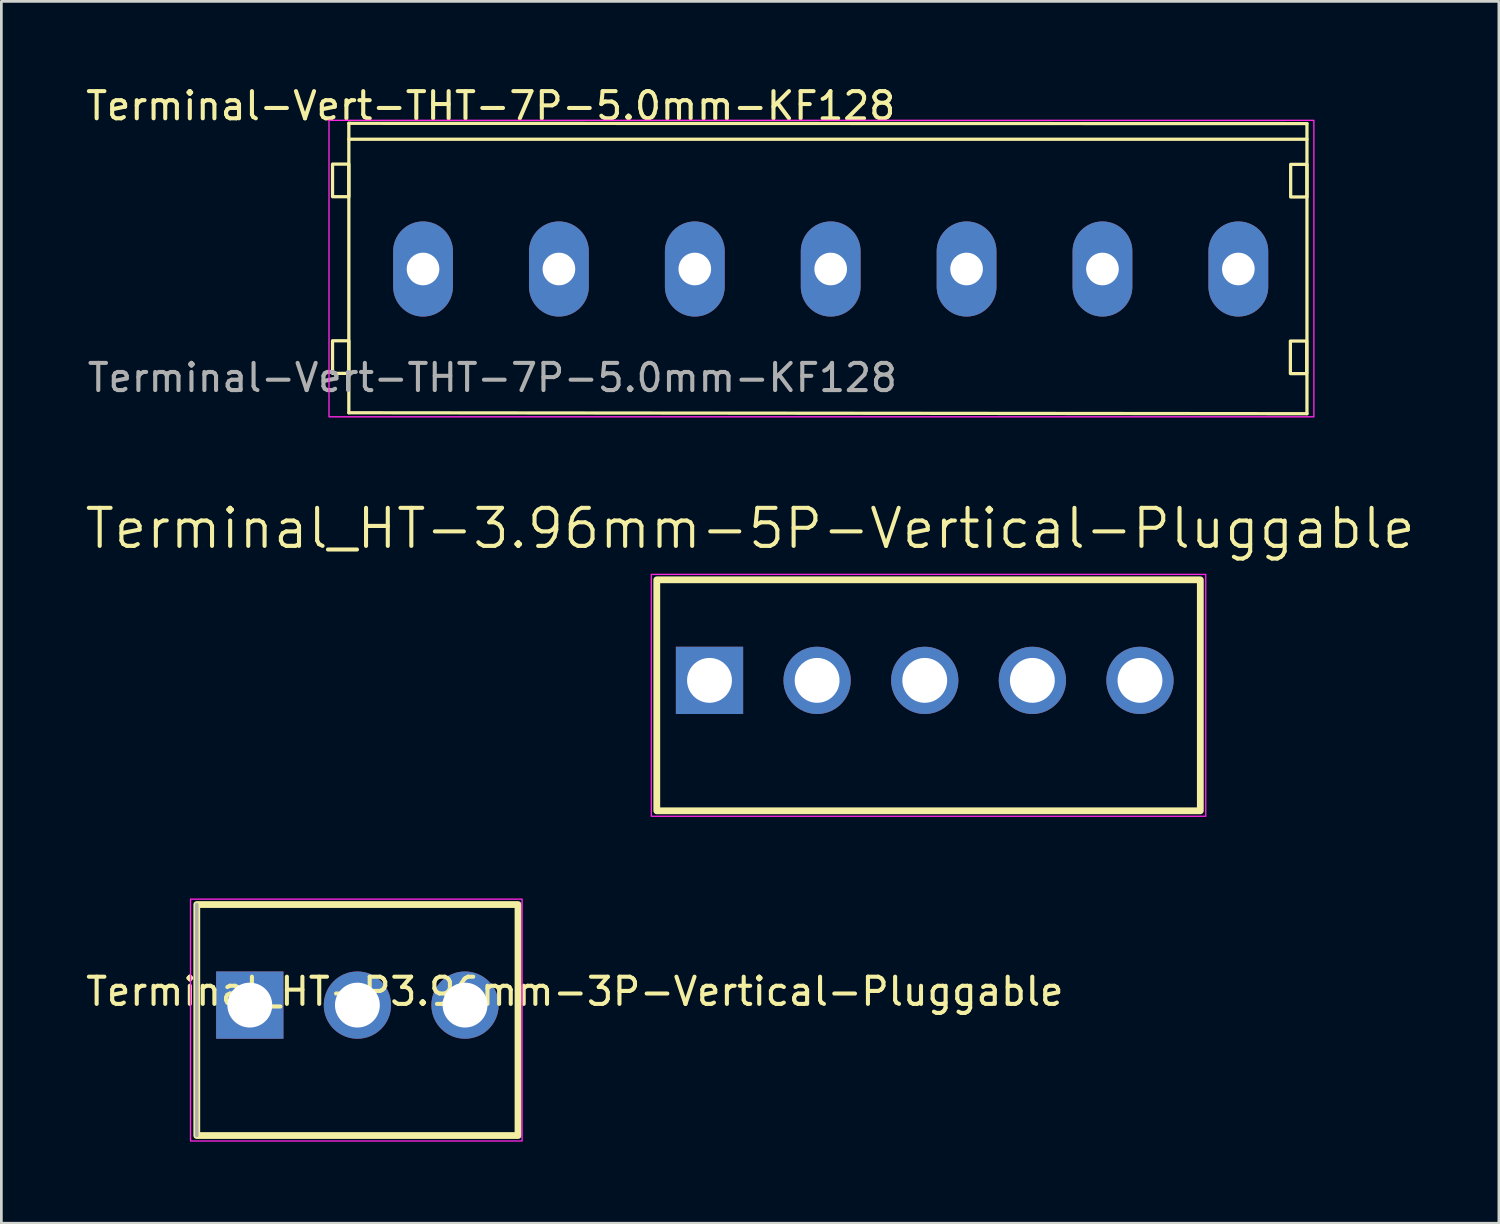
<source format=kicad_pcb>
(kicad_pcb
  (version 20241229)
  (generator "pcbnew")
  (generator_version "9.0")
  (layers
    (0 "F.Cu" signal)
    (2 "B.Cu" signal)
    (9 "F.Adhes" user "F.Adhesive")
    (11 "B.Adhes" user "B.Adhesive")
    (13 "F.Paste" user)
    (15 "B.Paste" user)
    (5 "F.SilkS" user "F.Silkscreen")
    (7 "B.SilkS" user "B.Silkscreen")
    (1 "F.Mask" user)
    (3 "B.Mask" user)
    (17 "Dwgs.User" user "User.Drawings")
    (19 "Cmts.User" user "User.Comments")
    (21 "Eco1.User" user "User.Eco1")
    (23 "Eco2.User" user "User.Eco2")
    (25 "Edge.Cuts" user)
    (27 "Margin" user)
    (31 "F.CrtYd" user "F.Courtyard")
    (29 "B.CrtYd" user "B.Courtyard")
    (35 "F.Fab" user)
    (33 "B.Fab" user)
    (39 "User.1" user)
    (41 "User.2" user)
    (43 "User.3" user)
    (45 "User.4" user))
  (footprint "Terminal-Vert-THT-7P-5.0mm-KF128"
    (layer "F.Cu")
    (at 15.016 6.848)
    (property "Reference" "Terminal-Vert-THT-7P-5.0mm-KF128" (at -0.01 -6 0) (unlocked yes) (layer "F.SilkS") (effects (font (size 1 1) (thickness 0.15))))
    (attr through_hole)
    (fp_line (start -5.23 -5.36) (end 30.025 -5.35) (stroke (width 0.12) (type solid)) (layer "F.SilkS"))
    (fp_line (start -5.23 5.29) (end -5.23 -5.36) (stroke (width 0.12) (type solid)) (layer "F.SilkS"))
    (fp_line (start 30.025 -5.35) (end 30.025 5.325) (stroke (width 0.12) (type solid)) (layer "F.SilkS"))
    (fp_line (start 30.025 -4.775) (end -5.23 -4.775) (stroke (width 0.12) (type solid)) (layer "F.SilkS"))
    (fp_line (start 30.025 5.325) (end -5.23 5.29) (stroke (width 0.12) (type solid)) (layer "F.SilkS"))
    (fp_rect (start -5.83 -3.86) (end -5.23 -2.66) (stroke (width 0.12) (type solid)) (fill no) (layer "F.SilkS"))
    (fp_rect (start -5.83 2.64) (end -5.23 3.84) (stroke (width 0.12) (type solid)) (fill no) (layer "F.SilkS"))
    (fp_rect (start 29.415 2.65) (end 30.015 3.85) (stroke (width 0.12) (type solid)) (fill no) (layer "F.SilkS"))
    (fp_rect (start 29.425 -3.85) (end 30.025 -2.65) (stroke (width 0.12) (type solid)) (fill no) (layer "F.SilkS"))
    (fp_rect (start -5.96 -5.47) (end 30.28 5.44) (stroke (width 0.05) (type solid)) (fill no) (layer "F.CrtYd"))
    (fp_text user "${REFERENCE}" (at 0.05 4 0) (unlocked yes) (layer "F.Fab") (effects (font (size 1 1) (thickness 0.15))))
    (pad "1" thru_hole oval (at -2.5 0) (size 2.2 3.5) (drill 1.2) (layers "*.Cu" "*.Mask"))
    (pad "2" thru_hole oval (at 2.5 0) (size 2.2 3.5) (drill 1.2) (layers "*.Cu" "*.Mask"))
    (pad "3" thru_hole oval (at 7.5 0) (size 2.2 3.5) (drill 1.2) (layers "*.Cu" "*.Mask"))
    (pad "4" thru_hole oval (at 12.5 0) (size 2.2 3.5) (drill 1.2) (layers "*.Cu" "*.Mask"))
    (pad "5" thru_hole oval (at 17.5 0) (size 2.2 3.5) (drill 1.2) (layers "*.Cu" "*.Mask"))
    (pad "6" thru_hole oval (at 22.5 0) (size 2.2 3.5) (drill 1.2) (layers "*.Cu" "*.Mask"))
    (pad "7" thru_hole oval (at 27.5 0) (size 2.2 3.5) (drill 1.2) (layers "*.Cu" "*.Mask")))
  (footprint "Terminal_HT-P3.96mm-3P-Vertical-Pluggable"
    (layer "F.Cu")
    (at 14.061 33.934)
    (property "Reference" "Terminal_HT-P3.96mm-3P-Vertical-Pluggable" (at 4.04 -0.5 0) (unlocked yes) (layer "F.SilkS") (effects (font (size 1 1) (thickness 0.15))))
    (attr through_hole)
    (fp_line (start -9.87 -3.7) (end 1.95 -3.7) (stroke (width 0.127) (type solid)) (layer "F.SilkS"))
    (fp_line (start -9.87 4.8) (end -9.87 -3.7) (stroke (width 0.127) (type solid)) (layer "F.SilkS"))
    (fp_line (start 1.95 -3.7) (end 1.95 4.8) (stroke (width 0.127) (type solid)) (layer "F.SilkS"))
    (fp_line (start 1.95 4.8) (end -9.87 4.8) (stroke (width 0.127) (type solid)) (layer "F.SilkS"))
    (fp_rect (start -9.87 -3.7) (end 1.95 4.8) (stroke (width 0.25) (type default)) (fill no) (layer "F.SilkS"))
    (fp_rect (start -10.1 -3.9) (end 2.1 5) (stroke (width 0.05) (type default)) (fill no) (layer "F.CrtYd"))
    (fp_line (start -9.87 4.8) (end -9.87 -3.7) (stroke (width 0.127) (type solid)) (layer "F.Fab"))
    (pad "1" thru_hole rect (at -7.92 0) (size 2.475 2.475) (drill 1.65) (layers "*.Cu" "*.Mask"))
    (pad "2" thru_hole circle (at -3.96 0) (size 2.475 2.475) (drill 1.65) (layers "*.Cu" "*.Mask"))
    (pad "3" thru_hole circle (at 0 0) (size 2.475 2.475) (drill 1.65) (layers "*.Cu" "*.Mask")))
  (footprint "Terminal_HT-3.96mm-5P-Vertical-Pluggable"
    (layer "F.Cu")
    (at 36.917 21.985)
    (property "Reference" "Terminal_HT-3.96mm-5P-Vertical-Pluggable" (at -12.365 -5.589 0) (layer "F.SilkS") (effects (font (size 1.4 1.4) (thickness 0.15))))
    (attr through_hole)
    (fp_rect (start -15.8 -3.7) (end 4.2 4.8) (stroke (width 0.25) (type default)) (fill no) (layer "F.SilkS"))
    (fp_rect (start -16 -3.9) (end 4.4 5) (stroke (width 0.05) (type default)) (fill no) (layer "F.CrtYd"))
    (pad "1" thru_hole rect (at -13.86 0) (size 2.475 2.475) (drill 1.65) (layers "*.Cu" "*.Mask"))
    (pad "2" thru_hole circle (at -9.9 0) (size 2.475 2.475) (drill 1.65) (layers "*.Cu" "*.Mask"))
    (pad "3" thru_hole circle (at -5.94 0) (size 2.475 2.475) (drill 1.65) (layers "*.Cu" "*.Mask"))
    (pad "4" thru_hole circle (at -1.98 0) (size 2.475 2.475) (drill 1.65) (layers "*.Cu" "*.Mask"))
    (pad "5" thru_hole circle (at 1.98 0) (size 2.475 2.475) (drill 1.65) (layers "*.Cu" "*.Mask")))
  (gr_rect
    (start -3 -3)
    (end 52.103 41.959)
    (stroke (width 0.1) (type default))
    (fill no)
    (layer "Edge.Cuts")))
</source>
